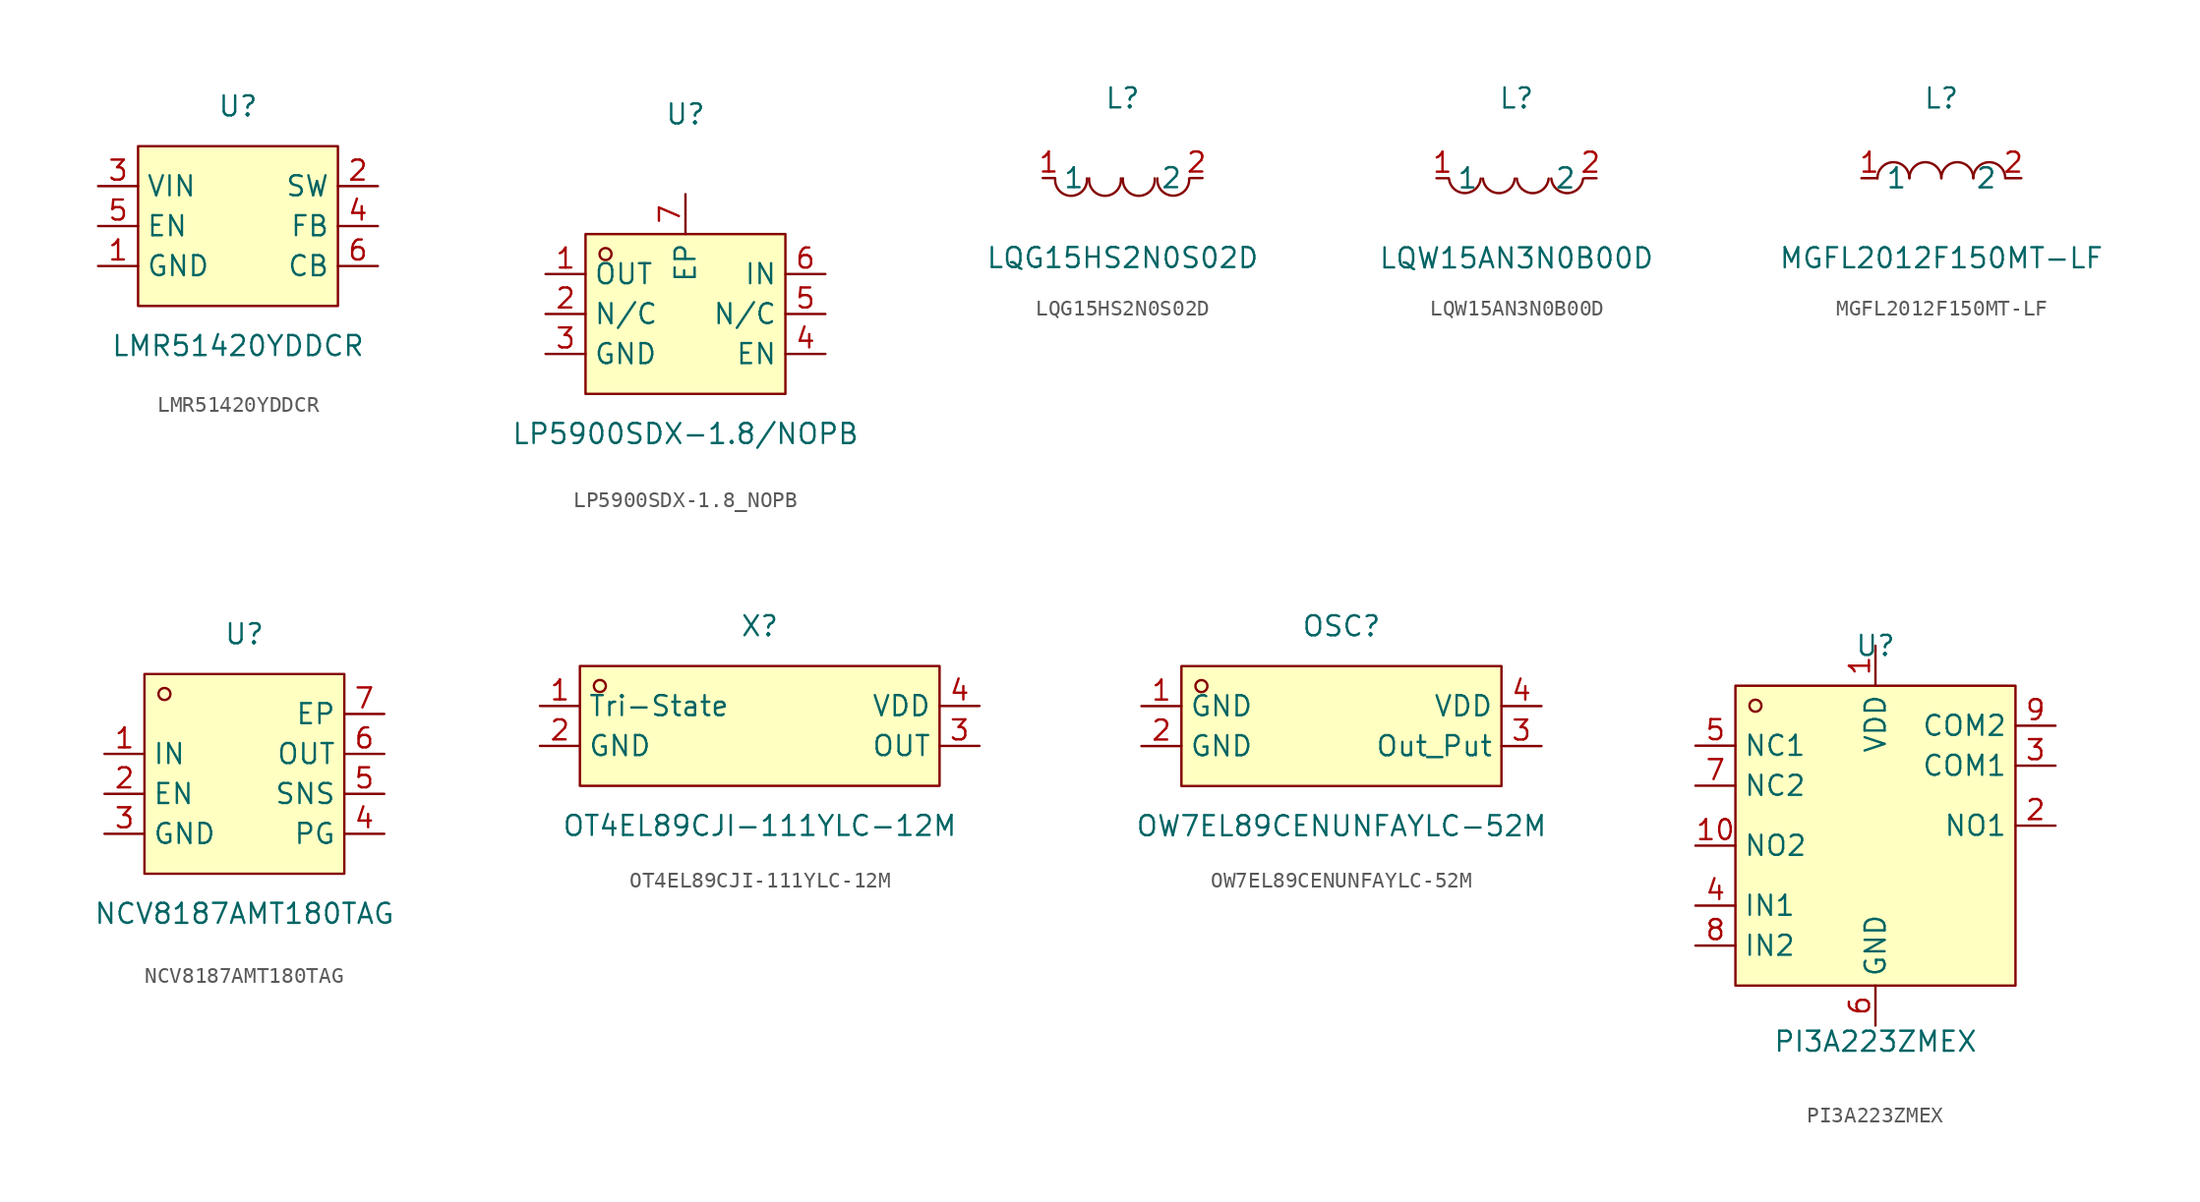
<source format=kicad_sym>
(kicad_symbol_lib
  (version 20241209)
  (generator "kicad_symbol_editor")
  (generator_version "9.0")
  (symbol "LMR51420YDDCR"
    (property "Reference" "U"
      (at 0 7.62 0)
      (effects (font (size 1.27 1.27))))
    (property "Value" "LMR51420YDDCR"
      (at 0 -7.62 0)
      (effects (font (size 1.27 1.27))))
    (symbol "LMR51420YDDCR_0_1"
      (rectangle (start -6.35 5.08) (end 6.35 -5.08) (stroke (width 0) (type default)) (fill (type background)))
      (pin unspecified line (at -8.89 2.54 0) (length 2.54) (name "VIN" (effects (font (size 1.27 1.27)))) (number "3" (effects (font (size 1.27 1.27)))))
      (pin unspecified line (at -8.89 0 0) (length 2.54) (name "EN" (effects (font (size 1.27 1.27)))) (number "5" (effects (font (size 1.27 1.27)))))
      (pin unspecified line (at -8.89 -2.54 0) (length 2.54) (name "GND" (effects (font (size 1.27 1.27)))) (number "1" (effects (font (size 1.27 1.27)))))
      (pin unspecified line (at 8.89 2.54 180) (length 2.54) (name "SW" (effects (font (size 1.27 1.27)))) (number "2" (effects (font (size 1.27 1.27)))))
      (pin unspecified line (at 8.89 0 180) (length 2.54) (name "FB" (effects (font (size 1.27 1.27)))) (number "4" (effects (font (size 1.27 1.27)))))
      (pin unspecified line (at 8.89 -2.54 180) (length 2.54) (name "CB" (effects (font (size 1.27 1.27)))) (number "6" (effects (font (size 1.27 1.27)))))))
  (symbol "LP5900SDX-1.8_NOPB"
    (property "Reference" "U"
      (at 0 12.7 0)
      (effects (font (size 1.27 1.27))))
    (property "Value" "LP5900SDX-1.8/NOPB"
      (at 0 -7.62 0)
      (effects (font (size 1.27 1.27))))
    (symbol "LP5900SDX-1.8_NOPB_0_1"
      (rectangle (start -6.35 5.08) (end 6.35 -5.08) (stroke (width 0) (type default)) (fill (type background)))
      (circle (center -5.08 3.81) (radius 0.38) (stroke (width 0) (type default)) (fill (type none)))
      (pin unspecified line (at -8.89 2.54 0) (length 2.54) (name "OUT" (effects (font (size 1.27 1.27)))) (number "1" (effects (font (size 1.27 1.27)))))
      (pin unspecified line (at -8.89 0 0) (length 2.54) (name "N/C" (effects (font (size 1.27 1.27)))) (number "2" (effects (font (size 1.27 1.27)))))
      (pin unspecified line (at -8.89 -2.54 0) (length 2.54) (name "GND" (effects (font (size 1.27 1.27)))) (number "3" (effects (font (size 1.27 1.27)))))
      (pin unspecified line (at 0 7.62 270) (length 2.54) (name "EP" (effects (font (size 1.27 1.27)))) (number "7" (effects (font (size 1.27 1.27)))))
      (pin unspecified line (at 8.89 2.54 180) (length 2.54) (name "IN" (effects (font (size 1.27 1.27)))) (number "6" (effects (font (size 1.27 1.27)))))
      (pin unspecified line (at 8.89 0 180) (length 2.54) (name "N/C" (effects (font (size 1.27 1.27)))) (number "5" (effects (font (size 1.27 1.27)))))
      (pin unspecified line (at 8.89 -2.54 180) (length 2.54) (name "EN" (effects (font (size 1.27 1.27)))) (number "4" (effects (font (size 1.27 1.27)))))))
  (symbol "LQG15HS2N0S02D"
    (property "Reference" "L"
      (at 0 5.08 0)
      (effects (font (size 1.27 1.27))))
    (property "Value" "LQG15HS2N0S02D"
      (at 0 -5.08 0)
      (effects (font (size 1.27 1.27))))
    (symbol "LQG15HS2N0S02D_0_1"
      (arc (start -2.27 -0.02) (mid -3.28 -1.1324) (end -4.29 -0.02) (stroke (width 0) (type default)) (fill (type none)))
      (arc (start -0.11 -0.02) (mid -1.12 -1.1324) (end -2.13 -0.02) (stroke (width 0) (type default)) (fill (type none)))
      (arc (start 2.04 -0.02) (mid 1.03 -1.1324) (end 0.02 -0.02) (stroke (width 0) (type default)) (fill (type none)))
      (arc (start 4.23 -0.02) (mid 3.22 -1.1231) (end 2.21 -0.02) (stroke (width 0) (type default)) (fill (type none)))
      (pin unspecified line (at -5.08 0 0) (length 0.762) (name "1" (effects (font (size 1.27 1.27)))) (number "1" (effects (font (size 1.27 1.27)))))
      (pin unspecified line (at 5.08 0 180) (length 0.762) (name "2" (effects (font (size 1.27 1.27)))) (number "2" (effects (font (size 1.27 1.27)))))))
  (symbol "LQW15AN3N0B00D"
    (property "Reference" "L"
      (at 0 5.08 0)
      (effects (font (size 1.27 1.27))))
    (property "Value" "LQW15AN3N0B00D"
      (at 0 -5.08 0)
      (effects (font (size 1.27 1.27))))
    (symbol "LQW15AN3N0B00D_0_1"
      (arc (start -2.27 -0.02) (mid -3.28 -0.9427) (end -4.29 -0.02) (stroke (width 0) (type default)) (fill (type none)))
      (arc (start -0.11 -0.02) (mid -1.12 -0.9471) (end -2.13 -0.02) (stroke (width 0) (type default)) (fill (type none)))
      (arc (start 2.04 -0.02) (mid 1.03 -0.9471) (end 0.02 -0.02) (stroke (width 0) (type default)) (fill (type none)))
      (arc (start 4.23 -0.02) (mid 3.22 -0.9471) (end 2.21 -0.02) (stroke (width 0) (type default)) (fill (type none)))
      (pin unspecified line (at -5.08 0 0) (length 0.762) (name "1" (effects (font (size 1.27 1.27)))) (number "1" (effects (font (size 1.27 1.27)))))
      (pin unspecified line (at 5.08 0 180) (length 0.762) (name "2" (effects (font (size 1.27 1.27)))) (number "2" (effects (font (size 1.27 1.27)))))))
  (symbol "MGFL2012F150MT-LF"
    (property "Reference" "L"
      (at 0 5.08 0)
      (effects (font (size 1.27 1.27))))
    (property "Value" "MGFL2012F150MT-LF"
      (at 0 -5.08 0)
      (effects (font (size 1.27 1.27))))
    (symbol "MGFL2012F150MT-LF_0_1"
      (arc (start -4.06 -0.01) (mid -2.83 0.99) (end -2.03 0.01) (stroke (width 0) (type default)) (fill (type none)))
      (arc (start -2.03 -0.01) (mid -0.8 0.99) (end 0 0.01) (stroke (width 0) (type default)) (fill (type none)))
      (arc (start 0 -0.01) (mid 1.23 0.99) (end 2.03 0.01) (stroke (width 0) (type default)) (fill (type none)))
      (arc (start 2.03 -0.01) (mid 3.26 0.99) (end 4.06 0.01) (stroke (width 0) (type default)) (fill (type none)))
      (pin unspecified line (at -5.08 0 0) (length 1.016) (name "1" (effects (font (size 1.27 1.27)))) (number "1" (effects (font (size 1.27 1.27)))))
      (pin unspecified line (at 5.08 0 180) (length 1.016) (name "2" (effects (font (size 1.27 1.27)))) (number "2" (effects (font (size 1.27 1.27)))))))
  (symbol "NCV8187AMT180TAG"
    (property "Reference" "U"
      (at 0 8.89 0)
      (effects (font (size 1.27 1.27))))
    (property "Value" "NCV8187AMT180TAG"
      (at 0 -8.89 0)
      (effects (font (size 1.27 1.27))))
    (symbol "NCV8187AMT180TAG_0_1"
      (rectangle (start -6.35 6.35) (end 6.35 -6.35) (stroke (width 0) (type default)) (fill (type background)))
      (circle (center -5.08 5.08) (radius 0.38) (stroke (width 0) (type default)) (fill (type none)))
      (pin unspecified line (at -8.89 1.27 0) (length 2.54) (name "IN" (effects (font (size 1.27 1.27)))) (number "1" (effects (font (size 1.27 1.27)))))
      (pin unspecified line (at -8.89 -1.27 0) (length 2.54) (name "EN" (effects (font (size 1.27 1.27)))) (number "2" (effects (font (size 1.27 1.27)))))
      (pin unspecified line (at -8.89 -3.81 0) (length 2.54) (name "GND" (effects (font (size 1.27 1.27)))) (number "3" (effects (font (size 1.27 1.27)))))
      (pin unspecified line (at 8.89 3.81 180) (length 2.54) (name "EP" (effects (font (size 1.27 1.27)))) (number "7" (effects (font (size 1.27 1.27)))))
      (pin unspecified line (at 8.89 1.27 180) (length 2.54) (name "OUT" (effects (font (size 1.27 1.27)))) (number "6" (effects (font (size 1.27 1.27)))))
      (pin unspecified line (at 8.89 -1.27 180) (length 2.54) (name "SNS" (effects (font (size 1.27 1.27)))) (number "5" (effects (font (size 1.27 1.27)))))
      (pin unspecified line (at 8.89 -3.81 180) (length 2.54) (name "PG" (effects (font (size 1.27 1.27)))) (number "4" (effects (font (size 1.27 1.27)))))))
  (symbol "OT4EL89CJI-111YLC-12M"
    (property "Reference" "X"
      (at 0 6.35 0)
      (effects (font (size 1.27 1.27))))
    (property "Value" "OT4EL89CJI-111YLC-12M"
      (at 0 -6.35 0)
      (effects (font (size 1.27 1.27))))
    (symbol "OT4EL89CJI-111YLC-12M_0_1"
      (rectangle (start -11.43 3.81) (end 11.43 -3.81) (stroke (width 0) (type default)) (fill (type background)))
      (circle (center -10.16 2.54) (radius 0.38) (stroke (width 0) (type default)) (fill (type none)))
      (pin unspecified line (at -13.97 1.27 0) (length 2.54) (name "Tri-State" (effects (font (size 1.27 1.27)))) (number "1" (effects (font (size 1.27 1.27)))))
      (pin unspecified line (at -13.97 -1.27 0) (length 2.54) (name "GND" (effects (font (size 1.27 1.27)))) (number "2" (effects (font (size 1.27 1.27)))))
      (pin unspecified line (at 13.97 1.27 180) (length 2.54) (name "VDD" (effects (font (size 1.27 1.27)))) (number "4" (effects (font (size 1.27 1.27)))))
      (pin unspecified line (at 13.97 -1.27 180) (length 2.54) (name "OUT" (effects (font (size 1.27 1.27)))) (number "3" (effects (font (size 1.27 1.27)))))))
  (symbol "OW7EL89CENUNFAYLC-52M"
    (property "Reference" "OSC"
      (at 0 6.35 0)
      (effects (font (size 1.27 1.27))))
    (property "Value" "OW7EL89CENUNFAYLC-52M"
      (at 0 -6.35 0)
      (effects (font (size 1.27 1.27))))
    (symbol "OW7EL89CENUNFAYLC-52M_0_1"
      (rectangle (start -10.16 3.81) (end 10.16 -3.81) (stroke (width 0) (type default)) (fill (type background)))
      (circle (center -8.89 2.54) (radius 0.38) (stroke (width 0) (type default)) (fill (type none)))
      (pin unspecified line (at -12.7 1.27 0) (length 2.54) (name "GND" (effects (font (size 1.27 1.27)))) (number "1" (effects (font (size 1.27 1.27)))))
      (pin unspecified line (at -12.7 -1.27 0) (length 2.54) (name "GND" (effects (font (size 1.27 1.27)))) (number "2" (effects (font (size 1.27 1.27)))))
      (pin unspecified line (at 12.7 1.27 180) (length 2.54) (name "VDD" (effects (font (size 1.27 1.27)))) (number "4" (effects (font (size 1.27 1.27)))))
      (pin unspecified line (at 12.7 -1.27 180) (length 2.54) (name "Out_Put" (effects (font (size 1.27 1.27)))) (number "3" (effects (font (size 1.27 1.27)))))))
  (symbol "PI3A223ZMEX"
    (property "Reference" "U"
      (at 0 10.16 0)
      (effects (font (size 1.27 1.27))))
    (property "Value" "PI3A223ZMEX"
      (at 0 -14.986 0)
      (effects (font (size 1.27 1.27))))
    (symbol "PI3A223ZMEX_0_1"
      (rectangle (start -8.89 7.62) (end 8.89 -11.43) (stroke (width 0) (type default)) (fill (type background)))
      (circle (center -7.62 6.35) (radius 0.38) (stroke (width 0) (type default)) (fill (type none)))
      (pin unspecified line (at -11.43 3.81 0) (length 2.54) (name "NC1" (effects (font (size 1.27 1.27)))) (number "5" (effects (font (size 1.27 1.27)))))
      (pin unspecified line (at -11.43 1.27 0) (length 2.54) (name "NC2" (effects (font (size 1.27 1.27)))) (number "7" (effects (font (size 1.27 1.27)))))
      (pin unspecified line (at -11.43 -2.54 0) (length 2.54) (name "NO2" (effects (font (size 1.27 1.27)))) (number "10" (effects (font (size 1.27 1.27)))))
      (pin unspecified line (at -11.43 -6.35 0) (length 2.54) (name "IN1" (effects (font (size 1.27 1.27)))) (number "4" (effects (font (size 1.27 1.27)))))
      (pin unspecified line (at -11.43 -8.89 0) (length 2.54) (name "IN2" (effects (font (size 1.27 1.27)))) (number "8" (effects (font (size 1.27 1.27)))))
      (pin unspecified line (at 0 10.16 270) (length 2.54) (name "VDD" (effects (font (size 1.27 1.27)))) (number "1" (effects (font (size 1.27 1.27)))))
      (pin unspecified line (at 0 -13.97 90) (length 2.54) (name "GND" (effects (font (size 1.27 1.27)))) (number "6" (effects (font (size 1.27 1.27)))))
      (pin unspecified line (at 11.43 5.08 180) (length 2.54) (name "COM2" (effects (font (size 1.27 1.27)))) (number "9" (effects (font (size 1.27 1.27)))))
      (pin unspecified line (at 11.43 2.54 180) (length 2.54) (name "COM1" (effects (font (size 1.27 1.27)))) (number "3" (effects (font (size 1.27 1.27)))))
      (pin unspecified line (at 11.43 -1.27 180) (length 2.54) (name "NO1" (effects (font (size 1.27 1.27)))) (number "2" (effects (font (size 1.27 1.27))))))))
</source>
